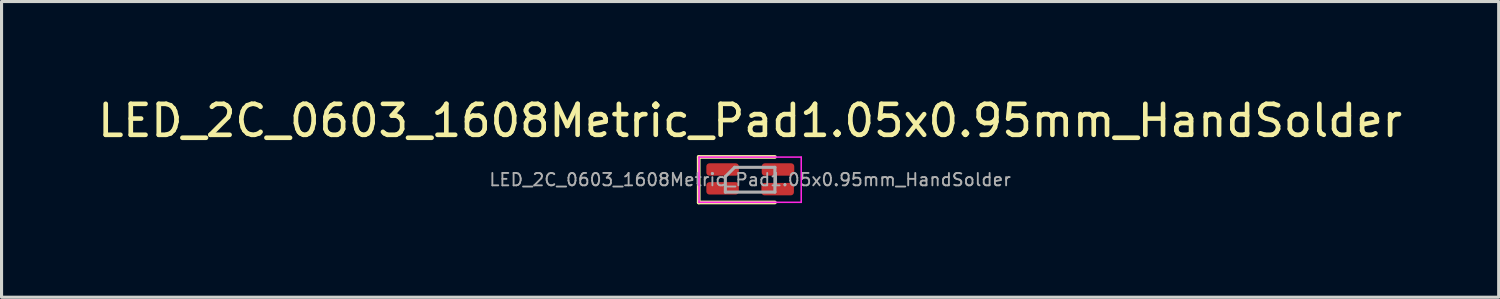
<source format=kicad_pcb>
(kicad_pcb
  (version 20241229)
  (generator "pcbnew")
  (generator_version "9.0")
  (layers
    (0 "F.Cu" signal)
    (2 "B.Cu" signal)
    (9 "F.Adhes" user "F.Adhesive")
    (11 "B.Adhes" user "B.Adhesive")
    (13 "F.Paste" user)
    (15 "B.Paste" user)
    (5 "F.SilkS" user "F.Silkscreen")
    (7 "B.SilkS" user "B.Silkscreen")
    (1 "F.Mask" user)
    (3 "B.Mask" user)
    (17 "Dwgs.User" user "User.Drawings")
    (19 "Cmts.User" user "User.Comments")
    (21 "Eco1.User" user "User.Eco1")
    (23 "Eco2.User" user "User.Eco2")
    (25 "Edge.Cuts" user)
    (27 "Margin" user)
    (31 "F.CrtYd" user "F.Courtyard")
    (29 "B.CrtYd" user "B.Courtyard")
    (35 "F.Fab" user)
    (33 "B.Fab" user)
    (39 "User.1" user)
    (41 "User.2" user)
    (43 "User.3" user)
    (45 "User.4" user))
  (footprint "LED_2C_0603_1608Metric_Pad1.05x0.95mm_HandSolder"
    (layer "F.Cu")
    (at 21.173 2.753)
    (property "Reference" "LED_2C_0603_1608Metric_Pad1.05x0.95mm_HandSolder" (at 0 -1.905 0) (layer "F.SilkS") (effects (font (size 1 1) (thickness 0.15))))
    (attr smd)
    (fp_line (start -1.66 -0.735) (end -1.66 0.735) (stroke (width 0.12) (type solid)) (layer "F.SilkS"))
    (fp_line (start -1.66 0.735) (end 0.8 0.735) (stroke (width 0.12) (type solid)) (layer "F.SilkS"))
    (fp_line (start 0.8 -0.735) (end -1.66 -0.735) (stroke (width 0.12) (type solid)) (layer "F.SilkS"))
    (fp_line (start -1.65 -0.73) (end 1.65 -0.73) (stroke (width 0.05) (type solid)) (layer "F.CrtYd"))
    (fp_line (start -1.65 0.73) (end -1.65 -0.73) (stroke (width 0.05) (type solid)) (layer "F.CrtYd"))
    (fp_line (start 1.65 -0.73) (end 1.65 0.73) (stroke (width 0.05) (type solid)) (layer "F.CrtYd"))
    (fp_line (start 1.65 0.73) (end -1.65 0.73) (stroke (width 0.05) (type solid)) (layer "F.CrtYd"))
    (fp_line (start -0.8 -0.1) (end -0.8 0.4) (stroke (width 0.1) (type solid)) (layer "F.Fab"))
    (fp_line (start -0.8 0.4) (end 0.8 0.4) (stroke (width 0.1) (type solid)) (layer "F.Fab"))
    (fp_line (start -0.5 -0.4) (end -0.8 -0.1) (stroke (width 0.1) (type solid)) (layer "F.Fab"))
    (fp_line (start 0.8 -0.4) (end -0.5 -0.4) (stroke (width 0.1) (type solid)) (layer "F.Fab"))
    (fp_line (start 0.8 0.4) (end 0.8 -0.4) (stroke (width 0.1) (type solid)) (layer "F.Fab"))
    (fp_text user "${REFERENCE}" (at 0 0 0) (layer "F.Fab") (effects (font (size 0.4 0.4) (thickness 0.06))))
    (pad "1" smd roundrect (at 0.9 -0.33) (size 1.05 0.4) (layers "F.Cu" "F.Mask" "F.Paste") (roundrect_rratio 0.25))
    (pad "2" smd roundrect (at -0.889 -0.33) (size 1.05 0.4) (layers "F.Cu" "F.Mask" "F.Paste") (roundrect_rratio 0.25))
    (pad "3" smd roundrect (at 0.889 0.305) (size 1.05 0.4) (layers "F.Cu" "F.Mask" "F.Paste") (roundrect_rratio 0.25))
    (pad "4" smd roundrect (at -0.889 0.279) (size 1.05 0.4) (layers "F.Cu" "F.Mask" "F.Paste") (roundrect_rratio 0.25)))
  (gr_rect
    (start -3 -3)
    (end 45.345 6.548)
    (stroke (width 0.1) (type default))
    (fill no)
    (layer "Edge.Cuts")))
</source>
